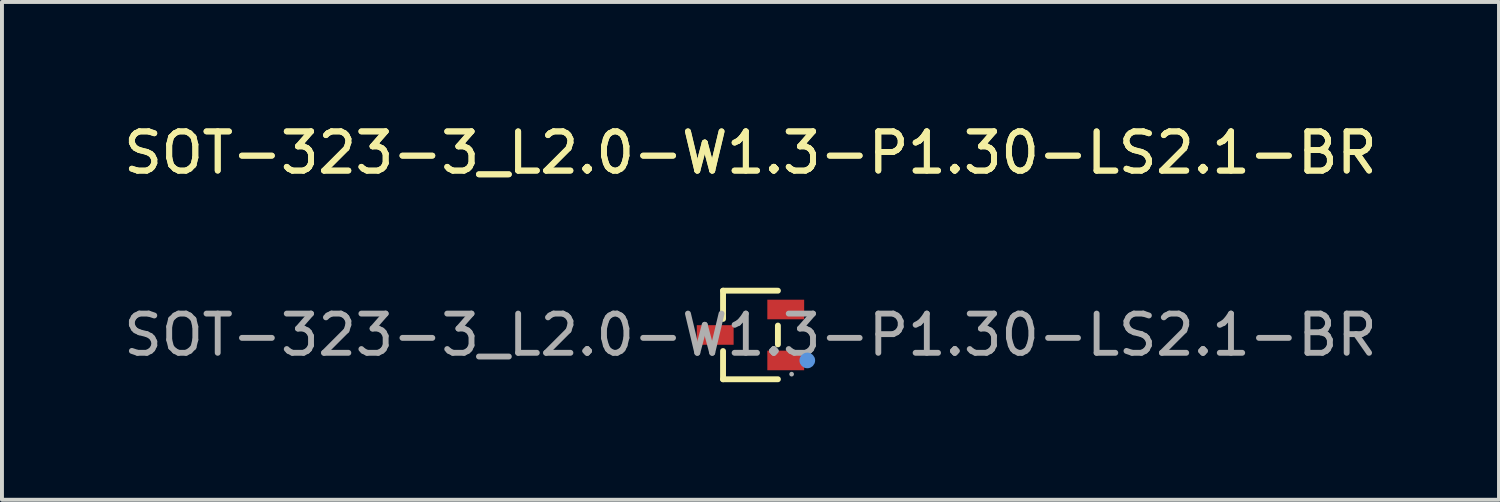
<source format=kicad_pcb>
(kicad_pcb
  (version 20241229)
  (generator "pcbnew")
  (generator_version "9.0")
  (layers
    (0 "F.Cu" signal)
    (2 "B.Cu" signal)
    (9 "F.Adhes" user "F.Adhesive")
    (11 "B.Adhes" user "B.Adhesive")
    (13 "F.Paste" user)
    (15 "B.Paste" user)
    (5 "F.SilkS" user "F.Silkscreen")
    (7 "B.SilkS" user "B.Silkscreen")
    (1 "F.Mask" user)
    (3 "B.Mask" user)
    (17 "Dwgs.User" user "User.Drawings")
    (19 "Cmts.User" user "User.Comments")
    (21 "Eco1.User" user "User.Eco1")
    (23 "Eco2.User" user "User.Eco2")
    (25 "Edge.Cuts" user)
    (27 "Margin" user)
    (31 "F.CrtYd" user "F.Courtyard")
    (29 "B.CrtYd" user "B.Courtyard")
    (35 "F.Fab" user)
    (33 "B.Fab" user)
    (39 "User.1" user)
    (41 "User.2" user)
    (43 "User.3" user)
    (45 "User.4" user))
  (footprint "SOT-323-3_L2.0-W1.3-P1.30-LS2.1-BR"
    (layer "F.Cu")
    (at 16.101 5.498)
    (property "Reference" "SOT-323-3_L2.0-W1.3-P1.30-LS2.1-BR" (at 0 -4.65 0) (layer "F.SilkS") (effects (font (size 1 1) (thickness 0.15))))
    (attr smd)
    (fp_line (start -0.7 -1.13) (end -0.7 -0.41) (stroke (width 0.15) (type solid)) (layer "F.SilkS"))
    (fp_line (start -0.7 1.13) (end -0.7 0.41) (stroke (width 0.15) (type solid)) (layer "F.SilkS"))
    (fp_line (start 0.7 -1.13) (end -0.7 -1.13) (stroke (width 0.15) (type solid)) (layer "F.SilkS"))
    (fp_line (start 0.7 -0.24) (end 0.7 0.24) (stroke (width 0.15) (type solid)) (layer "F.SilkS"))
    (fp_line (start 0.7 1.13) (end -0.7 1.13) (stroke (width 0.15) (type solid)) (layer "F.SilkS"))
    (fp_circle (center 1.45 0.65) (end 1.55 0.65) (stroke (width 0.2) (type solid)) (fill no) (layer "Cmts.User"))
    (fp_circle (center 1.05 1) (end 1.08 1) (stroke (width 0.06) (type solid)) (fill no) (layer "F.Fab"))
    (fp_text user "${REFERENCE}" (at 0 -4.65 0) (layer "F.SilkS") (effects (font (size 1 1) (thickness 0.15))))
    (fp_text user "${REFERENCE}" (at 0 0 0) (layer "F.Fab") (effects (font (size 1 1) (thickness 0.15))))
    (pad "1" smd rect (at 0.9 0.65) (size 0.94 0.5) (layers "F.Cu" "F.Mask" "F.Paste"))
    (pad "2" smd rect (at 0.9 -0.65) (size 0.94 0.5) (layers "F.Cu" "F.Mask" "F.Paste"))
    (pad "3" smd rect (at -0.9 0) (size 0.94 0.5) (layers "F.Cu" "F.Mask" "F.Paste")))
  (gr_rect
    (start -3 -3)
    (end 35.202 9.703)
    (stroke (width 0.1) (type default))
    (fill no)
    (layer "Edge.Cuts")))
</source>
